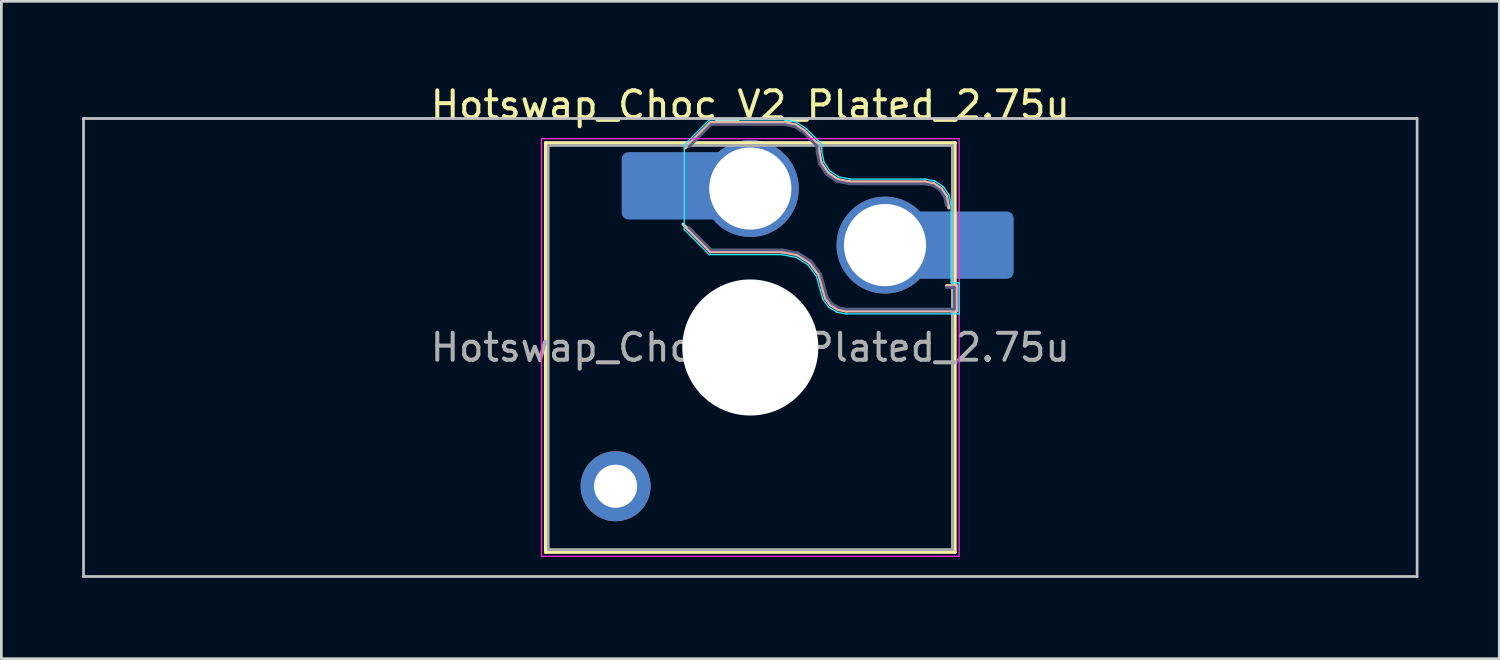
<source format=kicad_pcb>
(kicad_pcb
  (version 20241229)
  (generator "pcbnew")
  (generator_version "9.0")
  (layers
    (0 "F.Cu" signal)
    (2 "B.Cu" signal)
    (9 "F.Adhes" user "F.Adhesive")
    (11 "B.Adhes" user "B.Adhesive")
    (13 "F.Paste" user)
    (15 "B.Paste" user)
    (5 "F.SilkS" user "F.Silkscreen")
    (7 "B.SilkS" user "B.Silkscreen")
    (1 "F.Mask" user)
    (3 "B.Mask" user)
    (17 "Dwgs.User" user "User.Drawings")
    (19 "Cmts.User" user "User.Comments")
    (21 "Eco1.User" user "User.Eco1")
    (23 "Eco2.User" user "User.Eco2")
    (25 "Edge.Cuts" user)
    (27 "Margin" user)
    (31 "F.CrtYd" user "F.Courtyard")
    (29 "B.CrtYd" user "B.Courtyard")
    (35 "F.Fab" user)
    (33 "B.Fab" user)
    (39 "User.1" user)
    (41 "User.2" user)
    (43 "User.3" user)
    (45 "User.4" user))
  (footprint "Hotswap_Choc_V2_Plated_2.75u"
    (layer "F.Cu")
    (at 24.8 9.848)
    (property "Reference" "Hotswap_Choc_V2_Plated_2.75u" (at 0 -9 0) (layer "F.SilkS") (effects (font (size 1 1) (thickness 0.15))))
    (attr smd)
    (fp_line (start -7.6 -7.6) (end -7.6 7.6) (stroke (width 0.12) (type solid)) (layer "F.SilkS"))
    (fp_line (start -7.6 7.6) (end 7.6 7.6) (stroke (width 0.12) (type solid)) (layer "F.SilkS"))
    (fp_line (start 7.6 -7.6) (end -7.6 -7.6) (stroke (width 0.12) (type solid)) (layer "F.SilkS"))
    (fp_line (start 7.6 7.6) (end 7.6 -7.6) (stroke (width 0.12) (type solid)) (layer "F.SilkS"))
    (fp_line (start -2.416 -7.409) (end -1.479 -8.346) (stroke (width 0.12) (type solid)) (layer "B.SilkS"))
    (fp_line (start -1.479 -8.346) (end 1.268 -8.346) (stroke (width 0.12) (type solid)) (layer "B.SilkS"))
    (fp_line (start -1.479 -3.554) (end -2.5 -4.575) (stroke (width 0.12) (type solid)) (layer "B.SilkS"))
    (fp_line (start 1.168 -3.554) (end -1.479 -3.554) (stroke (width 0.12) (type solid)) (layer "B.SilkS"))
    (fp_line (start 1.268 -8.346) (end 1.671 -8.266) (stroke (width 0.12) (type solid)) (layer "B.SilkS"))
    (fp_line (start 1.671 -8.266) (end 2.013 -8.037) (stroke (width 0.12) (type solid)) (layer "B.SilkS"))
    (fp_line (start 1.73 -3.449) (end 1.168 -3.554) (stroke (width 0.12) (type solid)) (layer "B.SilkS"))
    (fp_line (start 2.013 -8.037) (end 2.546 -7.504) (stroke (width 0.12) (type solid)) (layer "B.SilkS"))
    (fp_line (start 2.209 -3.15) (end 1.73 -3.449) (stroke (width 0.12) (type solid)) (layer "B.SilkS"))
    (fp_line (start 2.546 -7.504) (end 2.546 -7.282) (stroke (width 0.12) (type solid)) (layer "B.SilkS"))
    (fp_line (start 2.546 -7.282) (end 2.633 -6.844) (stroke (width 0.12) (type solid)) (layer "B.SilkS"))
    (fp_line (start 2.547 -2.697) (end 2.209 -3.15) (stroke (width 0.12) (type solid)) (layer "B.SilkS"))
    (fp_line (start 2.633 -6.844) (end 2.877 -6.477) (stroke (width 0.12) (type solid)) (layer "B.SilkS"))
    (fp_line (start 2.701 -2.139) (end 2.547 -2.697) (stroke (width 0.12) (type solid)) (layer "B.SilkS"))
    (fp_line (start 2.783 -1.841) (end 2.701 -2.139) (stroke (width 0.12) (type solid)) (layer "B.SilkS"))
    (fp_line (start 2.877 -6.477) (end 3.244 -6.233) (stroke (width 0.12) (type solid)) (layer "B.SilkS"))
    (fp_line (start 2.976 -1.583) (end 2.783 -1.841) (stroke (width 0.12) (type solid)) (layer "B.SilkS"))
    (fp_line (start 3.244 -6.233) (end 3.682 -6.146) (stroke (width 0.12) (type solid)) (layer "B.SilkS"))
    (fp_line (start 3.25 -1.413) (end 2.976 -1.583) (stroke (width 0.12) (type solid)) (layer "B.SilkS"))
    (fp_line (start 3.56 -1.354) (end 3.25 -1.413) (stroke (width 0.12) (type solid)) (layer "B.SilkS"))
    (fp_line (start 3.682 -6.146) (end 6.482 -6.146) (stroke (width 0.12) (type solid)) (layer "B.SilkS"))
    (fp_line (start 6.482 -6.146) (end 6.809 -6.081) (stroke (width 0.12) (type solid)) (layer "B.SilkS"))
    (fp_line (start 6.809 -6.081) (end 7.092 -5.892) (stroke (width 0.12) (type solid)) (layer "B.SilkS"))
    (fp_line (start 7.092 -5.892) (end 7.281 -5.609) (stroke (width 0.12) (type solid)) (layer "B.SilkS"))
    (fp_line (start 7.281 -5.609) (end 7.366 -5.182) (stroke (width 0.12) (type solid)) (layer "B.SilkS"))
    (fp_line (start 7.283 -2.296) (end 7.646 -2.296) (stroke (width 0.12) (type solid)) (layer "B.SilkS"))
    (fp_line (start 7.646 -2.296) (end 7.646 -1.354) (stroke (width 0.12) (type solid)) (layer "B.SilkS"))
    (fp_line (start 7.646 -1.354) (end 3.56 -1.354) (stroke (width 0.12) (type solid)) (layer "B.SilkS"))
    (fp_line (start -24.75 -8.5) (end -24.75 8.5) (stroke (width 0.1) (type solid)) (layer "Dwgs.User"))
    (fp_line (start -24.75 8.5) (end 24.75 8.5) (stroke (width 0.1) (type solid)) (layer "Dwgs.User"))
    (fp_line (start 24.75 -8.5) (end -24.75 -8.5) (stroke (width 0.1) (type solid)) (layer "Dwgs.User"))
    (fp_line (start 24.75 8.5) (end 24.75 -8.5) (stroke (width 0.1) (type solid)) (layer "Dwgs.User"))
    (fp_line (start -7.25 -7.25) (end -7.25 7.25) (stroke (width 0.1) (type solid)) (layer "Eco1.User"))
    (fp_line (start -7.25 7.25) (end 7.25 7.25) (stroke (width 0.1) (type solid)) (layer "Eco1.User"))
    (fp_line (start 7.25 -7.25) (end -7.25 -7.25) (stroke (width 0.1) (type solid)) (layer "Eco1.User"))
    (fp_line (start 7.25 7.25) (end 7.25 -7.25) (stroke (width 0.1) (type solid)) (layer "Eco1.User"))
    (fp_line (start -2.452 -7.523) (end -1.523 -8.452) (stroke (width 0.05) (type solid)) (layer "B.CrtYd"))
    (fp_line (start -2.452 -4.377) (end -2.452 -7.523) (stroke (width 0.05) (type solid)) (layer "B.CrtYd"))
    (fp_line (start -1.523 -8.452) (end 1.278 -8.452) (stroke (width 0.05) (type solid)) (layer "B.CrtYd"))
    (fp_line (start -1.523 -3.448) (end -2.452 -4.377) (stroke (width 0.05) (type solid)) (layer "B.CrtYd"))
    (fp_line (start 1.159 -3.448) (end -1.523 -3.448) (stroke (width 0.05) (type solid)) (layer "B.CrtYd"))
    (fp_line (start 1.278 -8.452) (end 1.712 -8.366) (stroke (width 0.05) (type solid)) (layer "B.CrtYd"))
    (fp_line (start 1.691 -3.348) (end 1.159 -3.448) (stroke (width 0.05) (type solid)) (layer "B.CrtYd"))
    (fp_line (start 1.712 -8.366) (end 2.081 -8.119) (stroke (width 0.05) (type solid)) (layer "B.CrtYd"))
    (fp_line (start 2.081 -8.119) (end 2.652 -7.548) (stroke (width 0.05) (type solid)) (layer "B.CrtYd"))
    (fp_line (start 2.136 -3.071) (end 1.691 -3.348) (stroke (width 0.05) (type solid)) (layer "B.CrtYd"))
    (fp_line (start 2.45 -2.65) (end 2.136 -3.071) (stroke (width 0.05) (type solid)) (layer "B.CrtYd"))
    (fp_line (start 2.599 -2.111) (end 2.45 -2.65) (stroke (width 0.05) (type solid)) (layer "B.CrtYd"))
    (fp_line (start 2.652 -7.548) (end 2.652 -7.292) (stroke (width 0.05) (type solid)) (layer "B.CrtYd"))
    (fp_line (start 2.652 -7.292) (end 2.733 -6.885) (stroke (width 0.05) (type solid)) (layer "B.CrtYd"))
    (fp_line (start 2.687 -1.794) (end 2.599 -2.111) (stroke (width 0.05) (type solid)) (layer "B.CrtYd"))
    (fp_line (start 2.733 -6.885) (end 2.953 -6.553) (stroke (width 0.05) (type solid)) (layer "B.CrtYd"))
    (fp_line (start 2.903 -1.503) (end 2.687 -1.794) (stroke (width 0.05) (type solid)) (layer "B.CrtYd"))
    (fp_line (start 2.953 -6.553) (end 3.285 -6.333) (stroke (width 0.05) (type solid)) (layer "B.CrtYd"))
    (fp_line (start 3.211 -1.312) (end 2.903 -1.503) (stroke (width 0.05) (type solid)) (layer "B.CrtYd"))
    (fp_line (start 3.285 -6.333) (end 3.692 -6.252) (stroke (width 0.05) (type solid)) (layer "B.CrtYd"))
    (fp_line (start 3.55 -1.248) (end 3.211 -1.312) (stroke (width 0.05) (type solid)) (layer "B.CrtYd"))
    (fp_line (start 3.692 -6.252) (end 6.492 -6.252) (stroke (width 0.05) (type solid)) (layer "B.CrtYd"))
    (fp_line (start 6.492 -6.252) (end 6.85 -6.181) (stroke (width 0.05) (type solid)) (layer "B.CrtYd"))
    (fp_line (start 6.85 -6.181) (end 7.168 -5.968) (stroke (width 0.05) (type solid)) (layer "B.CrtYd"))
    (fp_line (start 7.168 -5.968) (end 7.381 -5.65) (stroke (width 0.05) (type solid)) (layer "B.CrtYd"))
    (fp_line (start 7.381 -5.65) (end 7.452 -5.292) (stroke (width 0.05) (type solid)) (layer "B.CrtYd"))
    (fp_line (start 7.452 -5.292) (end 7.452 -2.402) (stroke (width 0.05) (type solid)) (layer "B.CrtYd"))
    (fp_line (start 7.452 -2.402) (end 7.752 -2.402) (stroke (width 0.05) (type solid)) (layer "B.CrtYd"))
    (fp_line (start 7.752 -2.402) (end 7.752 -1.248) (stroke (width 0.05) (type solid)) (layer "B.CrtYd"))
    (fp_line (start 7.752 -1.248) (end 3.55 -1.248) (stroke (width 0.05) (type solid)) (layer "B.CrtYd"))
    (fp_line (start -7.75 -7.75) (end -7.75 7.75) (stroke (width 0.05) (type solid)) (layer "F.CrtYd"))
    (fp_line (start -7.75 7.75) (end 7.75 7.75) (stroke (width 0.05) (type solid)) (layer "F.CrtYd"))
    (fp_line (start 7.75 -7.75) (end -7.75 -7.75) (stroke (width 0.05) (type solid)) (layer "F.CrtYd"))
    (fp_line (start 7.75 7.75) (end 7.75 -7.75) (stroke (width 0.05) (type solid)) (layer "F.CrtYd"))
    (fp_line (start -2.275 -7.45) (end -1.45 -8.275) (stroke (width 0.1) (type solid)) (layer "B.Fab"))
    (fp_line (start -1.45 -8.275) (end 1.261 -8.275) (stroke (width 0.1) (type solid)) (layer "B.Fab"))
    (fp_line (start -1.45 -3.625) (end -2.275 -4.45) (stroke (width 0.1) (type solid)) (layer "B.Fab"))
    (fp_line (start 1.175 -3.625) (end -1.45 -3.625) (stroke (width 0.1) (type solid)) (layer "B.Fab"))
    (fp_line (start 1.261 -8.275) (end 1.643 -8.199) (stroke (width 0.1) (type solid)) (layer "B.Fab"))
    (fp_line (start 1.643 -8.199) (end 1.968 -7.982) (stroke (width 0.1) (type solid)) (layer "B.Fab"))
    (fp_line (start 1.756 -3.516) (end 1.175 -3.625) (stroke (width 0.1) (type solid)) (layer "B.Fab"))
    (fp_line (start 1.968 -7.982) (end 2.475 -7.475) (stroke (width 0.1) (type solid)) (layer "B.Fab"))
    (fp_line (start 2.258 -3.203) (end 1.756 -3.516) (stroke (width 0.1) (type solid)) (layer "B.Fab"))
    (fp_line (start 2.475 -7.475) (end 2.475 -7.275) (stroke (width 0.1) (type solid)) (layer "B.Fab"))
    (fp_line (start 2.475 -7.275) (end 2.566 -6.816) (stroke (width 0.1) (type solid)) (layer "B.Fab"))
    (fp_line (start 2.566 -6.816) (end 2.826 -6.426) (stroke (width 0.1) (type solid)) (layer "B.Fab"))
    (fp_line (start 2.612 -2.729) (end 2.258 -3.203) (stroke (width 0.1) (type solid)) (layer "B.Fab"))
    (fp_line (start 2.769 -2.158) (end 2.612 -2.729) (stroke (width 0.1) (type solid)) (layer "B.Fab"))
    (fp_line (start 2.826 -6.426) (end 3.216 -6.166) (stroke (width 0.1) (type solid)) (layer "B.Fab"))
    (fp_line (start 2.848 -1.873) (end 2.769 -2.158) (stroke (width 0.1) (type solid)) (layer "B.Fab"))
    (fp_line (start 3.025 -1.636) (end 2.848 -1.873) (stroke (width 0.1) (type solid)) (layer "B.Fab"))
    (fp_line (start 3.216 -6.166) (end 3.675 -6.075) (stroke (width 0.1) (type solid)) (layer "B.Fab"))
    (fp_line (start 3.276 -1.48) (end 3.025 -1.636) (stroke (width 0.1) (type solid)) (layer "B.Fab"))
    (fp_line (start 3.567 -1.425) (end 3.276 -1.48) (stroke (width 0.1) (type solid)) (layer "B.Fab"))
    (fp_line (start 3.675 -6.075) (end 6.475 -6.075) (stroke (width 0.1) (type solid)) (layer "B.Fab"))
    (fp_line (start 6.475 -6.075) (end 6.781 -6.014) (stroke (width 0.1) (type solid)) (layer "B.Fab"))
    (fp_line (start 6.781 -6.014) (end 7.041 -5.841) (stroke (width 0.1) (type solid)) (layer "B.Fab"))
    (fp_line (start 7.041 -5.841) (end 7.214 -5.581) (stroke (width 0.1) (type solid)) (layer "B.Fab"))
    (fp_line (start 7.214 -5.581) (end 7.275 -5.275) (stroke (width 0.1) (type solid)) (layer "B.Fab"))
    (fp_line (start 7.275 -2.225) (end 7.575 -2.225) (stroke (width 0.1) (type solid)) (layer "B.Fab"))
    (fp_line (start 7.575 -2.225) (end 7.575 -1.425) (stroke (width 0.1) (type solid)) (layer "B.Fab"))
    (fp_line (start 7.575 -1.425) (end 3.567 -1.425) (stroke (width 0.1) (type solid)) (layer "B.Fab"))
    (fp_line (start -7.5 -7.5) (end -7.5 7.5) (stroke (width 0.1) (type solid)) (layer "F.Fab"))
    (fp_line (start -7.5 7.5) (end 7.5 7.5) (stroke (width 0.1) (type solid)) (layer "F.Fab"))
    (fp_line (start 7.5 -7.5) (end -7.5 -7.5) (stroke (width 0.1) (type solid)) (layer "F.Fab"))
    (fp_line (start 7.5 7.5) (end 7.5 -7.5) (stroke (width 0.1) (type solid)) (layer "F.Fab"))
    (fp_text user "${REFERENCE}" (at 0 0 0) (layer "F.Fab") (effects (font (size 1 1) (thickness 0.15))))
    (pad "" thru_hole circle (at -5 5.15) (size 2.6 2.6) (drill 1.6) (layers "*.Cu" "*.Mask"))
    (pad "" smd roundrect (at -3.5 -6) (size 2.55 2.5) (layers "B.Mask" "B.Paste") (roundrect_rratio 0.1))
    (pad "" np_thru_hole circle (at 0 0) (size 5.05 5.05) (drill 5.05) (layers "*.Cu" "*.Mask"))
    (pad "" smd roundrect (at 8.5 -3.8) (size 2.55 2.5) (layers "B.Mask" "B.Paste") (roundrect_rratio 0.1))
    (pad "1" smd roundrect (at -2.85 -6) (size 3.85 2.5) (layers "B.Cu") (roundrect_rratio 0.1))
    (pad "1" thru_hole circle (at 0 -5.9) (size 3.6 3.6) (drill 3.05) (layers "*.Cu" "*.Mask"))
    (pad "2" thru_hole circle (at 5 -3.8) (size 3.6 3.6) (drill 3.05) (layers "*.Cu" "*.Mask"))
    (pad "2" smd roundrect (at 7.85 -3.8) (size 3.85 2.5) (layers "B.Cu") (roundrect_rratio 0.1)))
  (gr_rect
    (start -3 -3)
    (end 52.6 21.398)
    (stroke (width 0.1) (type default))
    (fill no)
    (layer "Edge.Cuts")))
</source>
